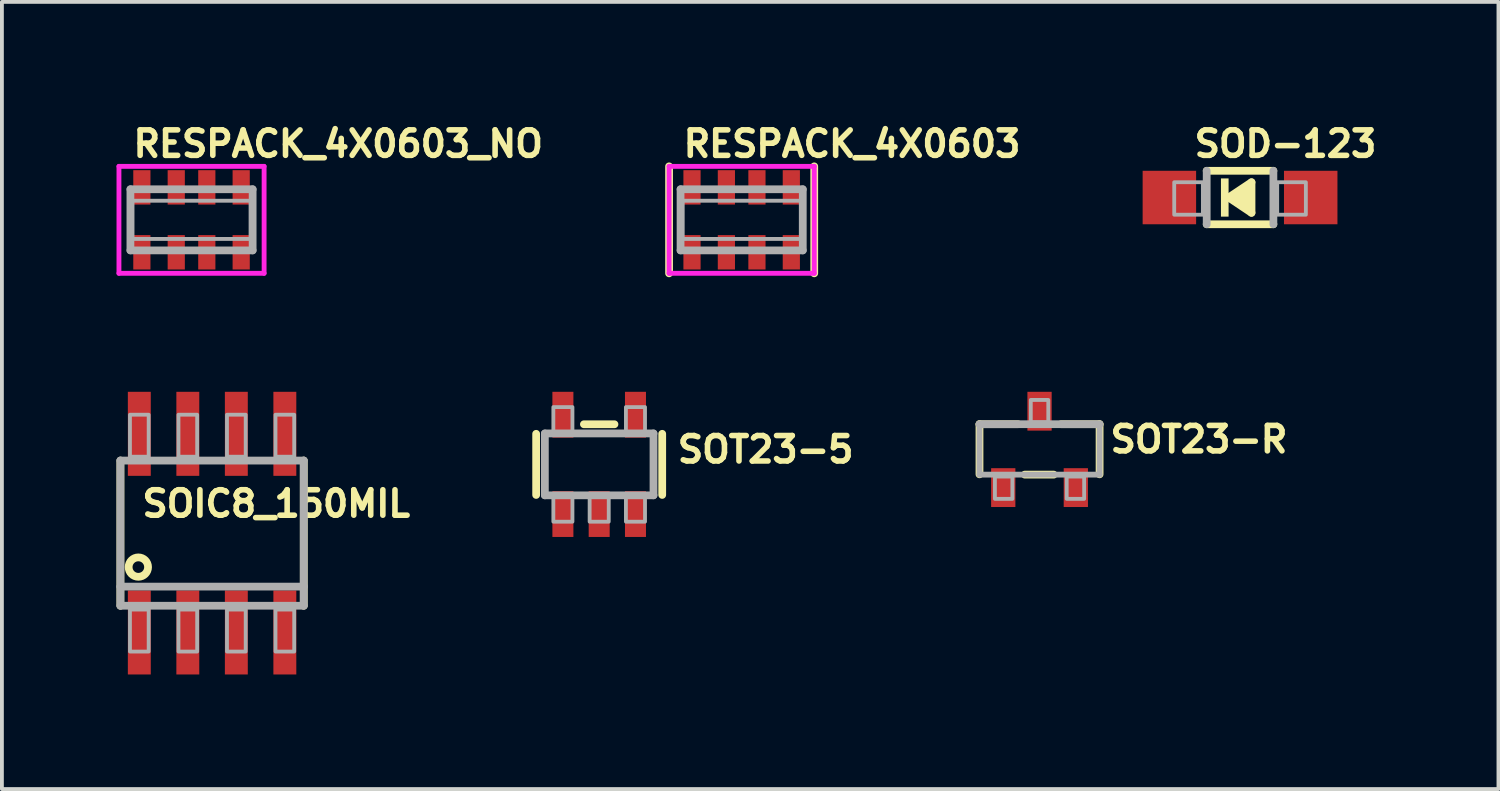
<source format=kicad_pcb>
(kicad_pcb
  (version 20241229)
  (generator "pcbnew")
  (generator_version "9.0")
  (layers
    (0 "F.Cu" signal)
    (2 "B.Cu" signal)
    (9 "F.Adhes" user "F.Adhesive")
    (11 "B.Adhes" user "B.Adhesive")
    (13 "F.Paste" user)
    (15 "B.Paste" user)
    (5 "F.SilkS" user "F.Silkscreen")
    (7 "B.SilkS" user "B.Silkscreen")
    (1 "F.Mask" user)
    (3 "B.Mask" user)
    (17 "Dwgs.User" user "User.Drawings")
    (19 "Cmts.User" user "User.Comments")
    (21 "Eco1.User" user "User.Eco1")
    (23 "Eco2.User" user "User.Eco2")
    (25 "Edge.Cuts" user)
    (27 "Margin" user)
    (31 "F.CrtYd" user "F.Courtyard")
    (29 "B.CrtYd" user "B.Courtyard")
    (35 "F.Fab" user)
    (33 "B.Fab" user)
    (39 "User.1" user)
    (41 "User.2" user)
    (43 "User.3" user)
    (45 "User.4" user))
  (footprint "SOT23-R"
    (layer "F.Cu")
    (at 24.164 8.715)
    (property "Reference" "SOT23-R" (at 1.778 0.127 0) (layer "F.SilkS") (effects (font (size 0.666 0.666) (thickness 0.146)) (justify left bottom)))
    (fp_line (start -1.572 -0.66) (end -0.564 -0.66) (stroke (width 0.203) (type solid)) (layer "F.SilkS"))
    (fp_line (start -1.572 0.652) (end -1.572 -0.66) (stroke (width 0.203) (type solid)) (layer "F.SilkS"))
    (fp_line (start 0.372 0.66) (end -0.386 0.66) (stroke (width 0.203) (type solid)) (layer "F.SilkS"))
    (fp_line (start 0.564 -0.66) (end 1.572 -0.66) (stroke (width 0.203) (type solid)) (layer "F.SilkS"))
    (fp_line (start 1.572 -0.66) (end 1.572 0.652) (stroke (width 0.203) (type solid)) (layer "F.SilkS"))
    (fp_line (start -1.572 -0.66) (end 1.572 -0.66) (stroke (width 0.203) (type solid)) (layer "F.Fab"))
    (fp_line (start -1.572 0.66) (end -1.572 -0.66) (stroke (width 0.152) (type solid)) (layer "F.Fab"))
    (fp_line (start 1.572 -0.66) (end 1.572 0.66) (stroke (width 0.152) (type solid)) (layer "F.Fab"))
    (fp_line (start 1.572 0.66) (end -1.572 0.66) (stroke (width 0.152) (type solid)) (layer "F.Fab"))
    (fp_poly (pts (xy -1.168 1.295) (xy -0.711 1.295) (xy -0.711 0.711) (xy -1.168 0.711)) (stroke (width 0.1) (type solid)) (fill no) (layer "F.Fab"))
    (fp_poly (pts (xy -0.229 -0.711) (xy 0.229 -0.711) (xy 0.229 -1.295) (xy -0.229 -1.295)) (stroke (width 0.1) (type solid)) (fill no) (layer "F.Fab"))
    (fp_poly (pts (xy 0.711 1.295) (xy 1.168 1.295) (xy 1.168 0.711) (xy 0.711 0.711)) (stroke (width 0.1) (type solid)) (fill no) (layer "F.Fab"))
    (pad "1" smd rect (at -0.95 1) (size 0.635 1.016) (layers "F.Cu" "F.Mask" "F.Paste"))
    (pad "2" smd rect (at 0.95 1) (size 0.635 1.016) (layers "F.Cu" "F.Mask" "F.Paste"))
    (pad "3" smd rect (at 0 -1) (size 0.635 1.016) (layers "F.Cu" "F.Mask" "F.Paste")))
  (footprint "SOIC8_150MIL"
    (layer "F.Cu")
    (at 2.502 10.907)
    (property "Reference" "SOIC8_150MIL" (at -1.905 -0.381 0) (layer "F.SilkS") (effects (font (size 0.666 0.666) (thickness 0.146)) (justify left bottom)))
    (fp_line (start -2.4 1.9) (end -2.4 -1.9) (stroke (width 0.203) (type solid)) (layer "F.SilkS"))
    (fp_line (start 2.4 -1.9) (end 2.4 1.9) (stroke (width 0.203) (type solid)) (layer "F.SilkS"))
    (fp_circle (center -1.93 0.889) (end -1.676 0.889) (stroke (width 0.203) (type solid)) (fill no) (layer "F.SilkS"))
    (fp_line (start -2.4 -1.9) (end 2.4 -1.9) (stroke (width 0.203) (type solid)) (layer "F.Fab"))
    (fp_line (start -2.4 1.4) (end -2.4 -1.9) (stroke (width 0.203) (type solid)) (layer "F.Fab"))
    (fp_line (start -2.4 1.9) (end -2.4 1.4) (stroke (width 0.203) (type solid)) (layer "F.Fab"))
    (fp_line (start 2.4 -1.9) (end 2.4 1.4) (stroke (width 0.203) (type solid)) (layer "F.Fab"))
    (fp_line (start 2.4 1.4) (end -2.4 1.4) (stroke (width 0.203) (type solid)) (layer "F.Fab"))
    (fp_line (start 2.4 1.4) (end 2.4 1.9) (stroke (width 0.203) (type solid)) (layer "F.Fab"))
    (fp_line (start 2.4 1.9) (end -2.4 1.9) (stroke (width 0.203) (type solid)) (layer "F.Fab"))
    (fp_poly (pts (xy -2.15 -2) (xy -1.66 -2) (xy -1.66 -3.1) (xy -2.15 -3.1)) (stroke (width 0.1) (type solid)) (fill no) (layer "F.Fab"))
    (fp_poly (pts (xy -2.15 3.1) (xy -1.66 3.1) (xy -1.66 2) (xy -2.15 2)) (stroke (width 0.1) (type solid)) (fill no) (layer "F.Fab"))
    (fp_poly (pts (xy -0.88 -2) (xy -0.39 -2) (xy -0.39 -3.1) (xy -0.88 -3.1)) (stroke (width 0.1) (type solid)) (fill no) (layer "F.Fab"))
    (fp_poly (pts (xy -0.88 3.1) (xy -0.39 3.1) (xy -0.39 2) (xy -0.88 2)) (stroke (width 0.1) (type solid)) (fill no) (layer "F.Fab"))
    (fp_poly (pts (xy 0.39 -2) (xy 0.88 -2) (xy 0.88 -3.1) (xy 0.39 -3.1)) (stroke (width 0.1) (type solid)) (fill no) (layer "F.Fab"))
    (fp_poly (pts (xy 0.39 3.1) (xy 0.88 3.1) (xy 0.88 2) (xy 0.39 2)) (stroke (width 0.1) (type solid)) (fill no) (layer "F.Fab"))
    (fp_poly (pts (xy 1.66 -2) (xy 2.15 -2) (xy 2.15 -3.1) (xy 1.66 -3.1)) (stroke (width 0.1) (type solid)) (fill no) (layer "F.Fab"))
    (fp_poly (pts (xy 1.66 3.1) (xy 2.15 3.1) (xy 2.15 2) (xy 1.66 2)) (stroke (width 0.1) (type solid)) (fill no) (layer "F.Fab"))
    (pad "1" smd rect (at -1.905 2.6) (size 0.6 2.2) (layers "F.Cu" "F.Mask" "F.Paste"))
    (pad "2" smd rect (at -0.635 2.6) (size 0.6 2.2) (layers "F.Cu" "F.Mask" "F.Paste"))
    (pad "3" smd rect (at 0.635 2.6) (size 0.6 2.2) (layers "F.Cu" "F.Mask" "F.Paste"))
    (pad "4" smd rect (at 1.905 2.6) (size 0.6 2.2) (layers "F.Cu" "F.Mask" "F.Paste"))
    (pad "5" smd rect (at 1.905 -2.6) (size 0.6 2.2) (layers "F.Cu" "F.Mask" "F.Paste"))
    (pad "6" smd rect (at 0.635 -2.6) (size 0.6 2.2) (layers "F.Cu" "F.Mask" "F.Paste"))
    (pad "7" smd rect (at -0.635 -2.6) (size 0.6 2.2) (layers "F.Cu" "F.Mask" "F.Paste"))
    (pad "8" smd rect (at -1.905 -2.6) (size 0.6 2.2) (layers "F.Cu" "F.Mask" "F.Paste")))
  (footprint "SOT23-5"
    (layer "F.Cu")
    (at 12.636 9.107)
    (property "Reference" "SOT23-5" (at 1.978 0 0) (layer "F.SilkS") (effects (font (size 0.666 0.666) (thickness 0.146)) (justify left bottom)))
    (fp_line (start -1.65 -0.8) (end -1.65 0.8) (stroke (width 0.203) (type solid)) (layer "F.SilkS"))
    (fp_line (start -0.4 -1.05) (end 0.4 -1.05) (stroke (width 0.203) (type solid)) (layer "F.SilkS"))
    (fp_line (start 1.65 -0.8) (end 1.65 0.8) (stroke (width 0.203) (type solid)) (layer "F.SilkS"))
    (fp_line (start -1.422 -0.81) (end 1.422 -0.81) (stroke (width 0.203) (type solid)) (layer "F.Fab"))
    (fp_line (start -1.422 0.81) (end -1.422 -0.81) (stroke (width 0.203) (type solid)) (layer "F.Fab"))
    (fp_line (start 1.422 -0.81) (end 1.422 0.81) (stroke (width 0.203) (type solid)) (layer "F.Fab"))
    (fp_line (start 1.422 0.81) (end -1.422 0.81) (stroke (width 0.203) (type solid)) (layer "F.Fab"))
    (fp_poly (pts (xy -1.2 -0.85) (xy -0.7 -0.85) (xy -0.7 -1.5) (xy -1.2 -1.5)) (stroke (width 0.1) (type solid)) (fill no) (layer "F.Fab"))
    (fp_poly (pts (xy -1.2 1.5) (xy -0.7 1.5) (xy -0.7 0.85) (xy -1.2 0.85)) (stroke (width 0.1) (type solid)) (fill no) (layer "F.Fab"))
    (fp_poly (pts (xy -0.25 1.5) (xy 0.25 1.5) (xy 0.25 0.85) (xy -0.25 0.85)) (stroke (width 0.1) (type solid)) (fill no) (layer "F.Fab"))
    (fp_poly (pts (xy 0.7 -0.85) (xy 1.2 -0.85) (xy 1.2 -1.5) (xy 0.7 -1.5)) (stroke (width 0.1) (type solid)) (fill no) (layer "F.Fab"))
    (fp_poly (pts (xy 0.7 1.5) (xy 1.2 1.5) (xy 1.2 0.85) (xy 0.7 0.85)) (stroke (width 0.1) (type solid)) (fill no) (layer "F.Fab"))
    (pad "1" smd rect (at -0.95 1.3) (size 0.55 1.2) (layers "F.Cu" "F.Mask" "F.Paste"))
    (pad "2" smd rect (at 0 1.3) (size 0.55 1.2) (layers "F.Cu" "F.Mask" "F.Paste"))
    (pad "3" smd rect (at 0.95 1.3) (size 0.55 1.2) (layers "F.Cu" "F.Mask" "F.Paste"))
    (pad "4" smd rect (at 0.95 -1.3) (size 0.55 1.2) (layers "F.Cu" "F.Mask" "F.Paste"))
    (pad "5" smd rect (at -0.95 -1.3) (size 0.55 1.2) (layers "F.Cu" "F.Mask" "F.Paste")))
  (footprint "SOD-123"
    (layer "F.Cu")
    (at 29.413 2.121)
    (property "Reference" "SOD-123" (at -1.27 -1.016 0) (layer "F.SilkS") (effects (font (size 0.666 0.666) (thickness 0.146)) (justify left bottom)))
    (fp_line (start -0.873 -0.7) (end 0.873 -0.7) (stroke (width 0.203) (type solid)) (layer "F.SilkS"))
    (fp_line (start -0.3 0) (end 0.3 -0.4) (stroke (width 0.203) (type solid)) (layer "F.SilkS"))
    (fp_line (start 0.3 -0.4) (end 0.3 0.4) (stroke (width 0.203) (type solid)) (layer "F.SilkS"))
    (fp_line (start 0.3 0.4) (end -0.3 0) (stroke (width 0.203) (type solid)) (layer "F.SilkS"))
    (fp_line (start 0.873 0.7) (end -0.873 0.7) (stroke (width 0.203) (type solid)) (layer "F.SilkS"))
    (fp_poly (pts (xy 0.302 0.39) (xy -0.283 0) (xy 0.302 -0.39)) (stroke (width 0) (type solid)) (fill yes) (layer "F.SilkS"))
    (fp_poly (pts (xy -0.5 0.5) (xy -0.3 0.5) (xy -0.3 -0.5) (xy -0.5 -0.5)) (stroke (width 0) (type solid)) (fill yes) (layer "F.SilkS"))
    (fp_line (start -0.873 0.7) (end -0.873 -0.7) (stroke (width 0.203) (type solid)) (layer "F.Fab"))
    (fp_line (start 0.873 -0.7) (end 0.873 0.7) (stroke (width 0.203) (type solid)) (layer "F.Fab"))
    (fp_poly (pts (xy -1.723 0.45) (xy -0.973 0.45) (xy -0.973 -0.4) (xy -1.723 -0.4)) (stroke (width 0.1) (type solid)) (fill no) (layer "F.Fab"))
    (fp_poly (pts (xy 0.973 0.45) (xy 1.723 0.45) (xy 1.723 -0.4) (xy 0.973 -0.4)) (stroke (width 0.1) (type solid)) (fill no) (layer "F.Fab"))
    (pad "A" smd rect (at 1.85 0 90) (size 1.4 1.4) (layers "F.Cu" "F.Mask" "F.Paste"))
    (pad "C" smd rect (at -1.85 0 90) (size 1.4 1.4) (layers "F.Cu" "F.Mask" "F.Paste")))
  (footprint "RESPACK_4X0603"
    (layer "F.Cu")
    (at 16.366 2.705)
    (property "Reference" "RESPACK_4X0603" (at -1.6 -1.6 0) (layer "F.SilkS") (effects (font (size 0.666 0.666) (thickness 0.146)) (justify left bottom)))
    (fp_line (start -1.9 1.4) (end -1.9 -1.4) (stroke (width 0.203) (type solid)) (layer "F.SilkS"))
    (fp_line (start 1.9 -1.4) (end 1.9 1.4) (stroke (width 0.203) (type solid)) (layer "F.SilkS"))
    (fp_line (start -1.9 -1.4) (end 1.9 -1.4) (stroke (width 0.127) (type solid)) (layer "F.CrtYd"))
    (fp_line (start -1.9 1.4) (end -1.9 -1.4) (stroke (width 0.127) (type solid)) (layer "F.CrtYd"))
    (fp_line (start -1.9 1.4) (end 1.9 1.4) (stroke (width 0.127) (type solid)) (layer "F.CrtYd"))
    (fp_line (start 1.9 -1.4) (end 1.9 1.4) (stroke (width 0.127) (type solid)) (layer "F.CrtYd"))
    (fp_line (start -1.6 -0.8) (end 1.6 -0.8) (stroke (width 0.203) (type solid)) (layer "F.Fab"))
    (fp_line (start -1.6 0.8) (end -1.6 -0.8) (stroke (width 0.203) (type solid)) (layer "F.Fab"))
    (fp_line (start 1.6 -0.8) (end 1.6 0.8) (stroke (width 0.203) (type solid)) (layer "F.Fab"))
    (fp_line (start 1.6 0.8) (end -1.6 0.8) (stroke (width 0.203) (type solid)) (layer "F.Fab"))
    (fp_poly (pts (xy -1.55 0.5) (xy 1.55 0.5) (xy 1.55 -0.5) (xy -1.55 -0.5)) (stroke (width 0.1) (type solid)) (fill no) (layer "F.Fab"))
    (pad "1" smd rect (at -1.3 0.85) (size 0.45 0.9) (layers "F.Cu" "F.Mask" "F.Paste"))
    (pad "2" smd rect (at -0.4 0.85) (size 0.45 0.9) (layers "F.Cu" "F.Mask" "F.Paste"))
    (pad "3" smd rect (at 0.4 0.85) (size 0.45 0.9) (layers "F.Cu" "F.Mask" "F.Paste"))
    (pad "4" smd rect (at 1.3 0.85) (size 0.45 0.9) (layers "F.Cu" "F.Mask" "F.Paste"))
    (pad "5" smd rect (at 1.3 -0.85) (size 0.45 0.9) (layers "F.Cu" "F.Mask" "F.Paste"))
    (pad "6" smd rect (at 0.4 -0.85) (size 0.45 0.9) (layers "F.Cu" "F.Mask" "F.Paste"))
    (pad "7" smd rect (at -0.4 -0.85) (size 0.45 0.9) (layers "F.Cu" "F.Mask" "F.Paste"))
    (pad "8" smd rect (at -1.3 -0.85) (size 0.45 0.9) (layers "F.Cu" "F.Mask" "F.Paste")))
  (footprint "RESPACK_4X0603_NO"
    (layer "F.Cu")
    (at 1.964 2.705)
    (property "Reference" "RESPACK_4X0603_NO" (at -1.6 -1.6 0) (layer "F.SilkS") (effects (font (size 0.666 0.666) (thickness 0.146)) (justify left bottom)))
    (fp_line (start -1.9 -1.4) (end 1.9 -1.4) (stroke (width 0.127) (type solid)) (layer "F.CrtYd"))
    (fp_line (start -1.9 1.4) (end -1.9 -1.4) (stroke (width 0.127) (type solid)) (layer "F.CrtYd"))
    (fp_line (start -1.9 1.4) (end 1.9 1.4) (stroke (width 0.127) (type solid)) (layer "F.CrtYd"))
    (fp_line (start 1.9 -1.4) (end 1.9 1.4) (stroke (width 0.127) (type solid)) (layer "F.CrtYd"))
    (fp_line (start -1.6 -0.8) (end 1.6 -0.8) (stroke (width 0.203) (type solid)) (layer "F.Fab"))
    (fp_line (start -1.6 0.8) (end -1.6 -0.8) (stroke (width 0.203) (type solid)) (layer "F.Fab"))
    (fp_line (start 1.6 -0.8) (end 1.6 0.8) (stroke (width 0.203) (type solid)) (layer "F.Fab"))
    (fp_line (start 1.6 0.8) (end -1.6 0.8) (stroke (width 0.203) (type solid)) (layer "F.Fab"))
    (fp_poly (pts (xy -1.55 0.5) (xy 1.55 0.5) (xy 1.55 -0.5) (xy -1.55 -0.5)) (stroke (width 0.1) (type solid)) (fill no) (layer "F.Fab"))
    (pad "1" smd rect (at -1.3 0.85) (size 0.45 0.9) (layers "F.Cu" "F.Mask" "F.Paste"))
    (pad "2" smd rect (at -0.4 0.85) (size 0.45 0.9) (layers "F.Cu" "F.Mask" "F.Paste"))
    (pad "3" smd rect (at 0.4 0.85) (size 0.45 0.9) (layers "F.Cu" "F.Mask" "F.Paste"))
    (pad "4" smd rect (at 1.3 0.85) (size 0.45 0.9) (layers "F.Cu" "F.Mask" "F.Paste"))
    (pad "5" smd rect (at 1.3 -0.85) (size 0.45 0.9) (layers "F.Cu" "F.Mask" "F.Paste"))
    (pad "6" smd rect (at 0.4 -0.85) (size 0.45 0.9) (layers "F.Cu" "F.Mask" "F.Paste"))
    (pad "7" smd rect (at -0.4 -0.85) (size 0.45 0.9) (layers "F.Cu" "F.Mask" "F.Paste"))
    (pad "8" smd rect (at -1.3 -0.85) (size 0.45 0.9) (layers "F.Cu" "F.Mask" "F.Paste")))
  (gr_rect
    (start -3 -3)
    (end 36.178 17.607)
    (stroke (width 0.1) (type default))
    (fill no)
    (layer "Edge.Cuts")))
</source>
